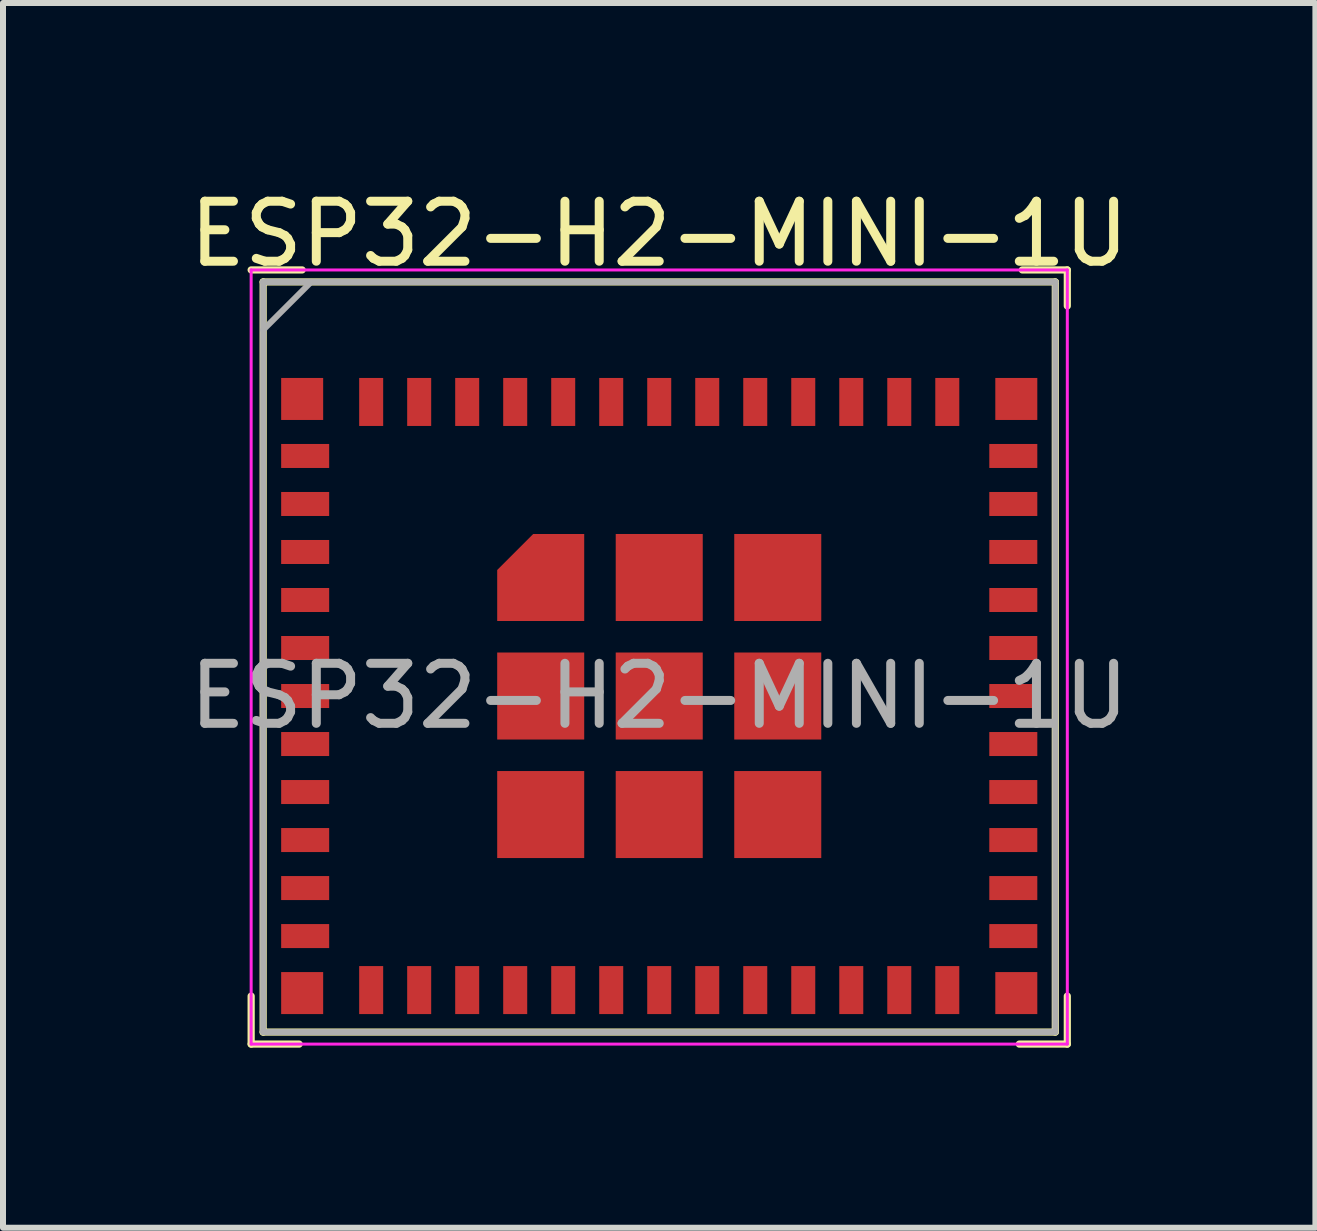
<source format=kicad_pcb>
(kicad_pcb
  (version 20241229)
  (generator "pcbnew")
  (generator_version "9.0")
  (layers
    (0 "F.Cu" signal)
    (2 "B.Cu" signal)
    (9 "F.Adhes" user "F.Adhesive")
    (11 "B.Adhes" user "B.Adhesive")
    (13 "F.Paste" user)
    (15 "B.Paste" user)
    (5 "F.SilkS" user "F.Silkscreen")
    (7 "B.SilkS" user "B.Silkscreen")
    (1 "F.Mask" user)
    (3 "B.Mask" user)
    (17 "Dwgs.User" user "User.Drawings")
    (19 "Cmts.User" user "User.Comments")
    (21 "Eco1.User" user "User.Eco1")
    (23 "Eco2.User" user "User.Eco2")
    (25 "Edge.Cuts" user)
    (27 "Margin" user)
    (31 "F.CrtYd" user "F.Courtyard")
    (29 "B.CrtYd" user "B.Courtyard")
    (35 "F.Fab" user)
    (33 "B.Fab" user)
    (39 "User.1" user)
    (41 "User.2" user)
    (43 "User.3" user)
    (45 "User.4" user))
  (footprint "ESP32-H2-MINI-1U"
    (layer "F.Cu")
    (at 7.935 5.848)
    (property "Reference" "ESP32-H2-MINI-1U" (at 0 -5 0) (layer "F.SilkS") (effects (font (size 1 1) (thickness 0.15))))
    (attr smd)
    (fp_line (start -6.8 7.7) (end -6.8 8.5) (stroke (width 0.12) (type solid)) (layer "F.SilkS"))
    (fp_line (start -6.8 8.5) (end -6 8.5) (stroke (width 0.12) (type solid)) (layer "F.SilkS"))
    (fp_line (start -6.6 -4.2) (end -6.6 8.3) (stroke (width 0.12) (type solid)) (layer "F.SilkS"))
    (fp_line (start -6.6 -4.2) (end 6.6 -4.2) (stroke (width 0.12) (type solid)) (layer "F.SilkS"))
    (fp_line (start -5.95 -4.4) (end -6.8 -4.4) (stroke (width 0.12) (type solid)) (layer "F.SilkS"))
    (fp_line (start 6.05 -4.4) (end 6.8 -4.4) (stroke (width 0.12) (type solid)) (layer "F.SilkS"))
    (fp_line (start 6.6 -4.2) (end 6.6 8.3) (stroke (width 0.12) (type solid)) (layer "F.SilkS"))
    (fp_line (start 6.6 8.3) (end -6.6 8.3) (stroke (width 0.12) (type solid)) (layer "F.SilkS"))
    (fp_line (start 6.8 -4.4) (end 6.8 -3.8) (stroke (width 0.12) (type solid)) (layer "F.SilkS"))
    (fp_line (start 6.8 7.7) (end 6.8 8.5) (stroke (width 0.12) (type solid)) (layer "F.SilkS"))
    (fp_line (start 6.8 8.5) (end 6 8.5) (stroke (width 0.12) (type solid)) (layer "F.SilkS"))
    (fp_line (start -6.8 -4.4) (end 6.8 -4.4) (stroke (width 0.05) (type solid)) (layer "F.CrtYd"))
    (fp_line (start -6.8 8.5) (end -6.8 -4.4) (stroke (width 0.05) (type solid)) (layer "F.CrtYd"))
    (fp_line (start 6.8 -4.4) (end 6.8 8.5) (stroke (width 0.05) (type solid)) (layer "F.CrtYd"))
    (fp_line (start 6.8 8.5) (end -6.8 8.5) (stroke (width 0.05) (type solid)) (layer "F.CrtYd"))
    (fp_line (start -6.6 8.3) (end -6.6 -4.2) (stroke (width 0.1) (type solid)) (layer "F.Fab"))
    (fp_line (start -6.6 8.3) (end 6.6 8.3) (stroke (width 0.1) (type solid)) (layer "F.Fab"))
    (fp_line (start -5.8 -4.2) (end -6.6 -3.4) (stroke (width 0.1) (type solid)) (layer "F.Fab"))
    (fp_line (start 6.6 -4.2) (end -6.6 -4.2) (stroke (width 0.1) (type solid)) (layer "F.Fab"))
    (fp_line (start 6.6 -4.2) (end -6.6 -4.2) (stroke (width 0.1) (type solid)) (layer "F.Fab"))
    (fp_line (start 6.6 8.3) (end 6.6 -4.2) (stroke (width 0.1) (type solid)) (layer "F.Fab"))
    (fp_text user "${REFERENCE}" (at 0 2.7 0) (layer "F.Fab") (effects (font (size 1 1) (thickness 0.15))))
    (pad "1" smd rect (at -5.9 -1.3 90) (size 0.4 0.8) (layers "F.Cu" "F.Mask" "F.Paste"))
    (pad "2" smd rect (at -5.9 -0.5 90) (size 0.4 0.8) (layers "F.Cu" "F.Mask" "F.Paste"))
    (pad "3" smd rect (at -5.9 0.3 90) (size 0.4 0.8) (layers "F.Cu" "F.Mask" "F.Paste"))
    (pad "4" smd rect (at -5.9 1.1 90) (size 0.4 0.8) (layers "F.Cu" "F.Mask" "F.Paste"))
    (pad "5" smd rect (at -5.9 1.9 90) (size 0.4 0.8) (layers "F.Cu" "F.Mask" "F.Paste"))
    (pad "6" smd rect (at -5.9 2.7 90) (size 0.4 0.8) (layers "F.Cu" "F.Mask" "F.Paste"))
    (pad "7" smd rect (at -5.9 3.5 90) (size 0.4 0.8) (layers "F.Cu" "F.Mask" "F.Paste"))
    (pad "8" smd rect (at -5.9 4.3 90) (size 0.4 0.8) (layers "F.Cu" "F.Mask" "F.Paste"))
    (pad "9" smd rect (at -5.9 5.1 90) (size 0.4 0.8) (layers "F.Cu" "F.Mask" "F.Paste"))
    (pad "10" smd rect (at -5.9 5.9 90) (size 0.4 0.8) (layers "F.Cu" "F.Mask" "F.Paste"))
    (pad "11" smd rect (at -5.9 6.7 90) (size 0.4 0.8) (layers "F.Cu" "F.Mask" "F.Paste"))
    (pad "12" smd rect (at -4.8 7.6) (size 0.4 0.8) (layers "F.Cu" "F.Mask" "F.Paste"))
    (pad "13" smd rect (at -4 7.6) (size 0.4 0.8) (layers "F.Cu" "F.Mask" "F.Paste"))
    (pad "14" smd rect (at -3.2 7.6) (size 0.4 0.8) (layers "F.Cu" "F.Mask" "F.Paste"))
    (pad "15" smd rect (at -2.4 7.6) (size 0.4 0.8) (layers "F.Cu" "F.Mask" "F.Paste"))
    (pad "16" smd rect (at -1.6 7.6) (size 0.4 0.8) (layers "F.Cu" "F.Mask" "F.Paste"))
    (pad "17" smd rect (at -0.8 7.6) (size 0.4 0.8) (layers "F.Cu" "F.Mask" "F.Paste"))
    (pad "18" smd rect (at 0 7.6) (size 0.4 0.8) (layers "F.Cu" "F.Mask" "F.Paste"))
    (pad "19" smd rect (at 0.8 7.6) (size 0.4 0.8) (layers "F.Cu" "F.Mask" "F.Paste"))
    (pad "20" smd rect (at 1.6 7.6) (size 0.4 0.8) (layers "F.Cu" "F.Mask" "F.Paste"))
    (pad "21" smd rect (at 2.4 7.6) (size 0.4 0.8) (layers "F.Cu" "F.Mask" "F.Paste"))
    (pad "22" smd rect (at 3.2 7.6) (size 0.4 0.8) (layers "F.Cu" "F.Mask" "F.Paste"))
    (pad "23" smd rect (at 4 7.6) (size 0.4 0.8) (layers "F.Cu" "F.Mask" "F.Paste"))
    (pad "24" smd rect (at 4.8 7.6) (size 0.4 0.8) (layers "F.Cu" "F.Mask" "F.Paste"))
    (pad "25" smd rect (at 5.9 6.7 90) (size 0.4 0.8) (layers "F.Cu" "F.Mask" "F.Paste"))
    (pad "26" smd rect (at 5.9 5.9 90) (size 0.4 0.8) (layers "F.Cu" "F.Mask" "F.Paste"))
    (pad "27" smd rect (at 5.9 5.1 90) (size 0.4 0.8) (layers "F.Cu" "F.Mask" "F.Paste"))
    (pad "28" smd rect (at 5.9 4.3 90) (size 0.4 0.8) (layers "F.Cu" "F.Mask" "F.Paste"))
    (pad "29" smd rect (at 5.9 3.5 90) (size 0.4 0.8) (layers "F.Cu" "F.Mask" "F.Paste"))
    (pad "30" smd rect (at 5.9 2.7 90) (size 0.4 0.8) (layers "F.Cu" "F.Mask" "F.Paste"))
    (pad "31" smd rect (at 5.9 1.9 90) (size 0.4 0.8) (layers "F.Cu" "F.Mask" "F.Paste"))
    (pad "32" smd rect (at 5.9 1.1 90) (size 0.4 0.8) (layers "F.Cu" "F.Mask" "F.Paste"))
    (pad "33" smd rect (at 5.9 0.3 90) (size 0.4 0.8) (layers "F.Cu" "F.Mask" "F.Paste"))
    (pad "34" smd rect (at 5.9 -0.5 90) (size 0.4 0.8) (layers "F.Cu" "F.Mask" "F.Paste"))
    (pad "35" smd rect (at 5.9 -1.3 90) (size 0.4 0.8) (layers "F.Cu" "F.Mask" "F.Paste"))
    (pad "36" smd rect (at 4.8 -2.2) (size 0.4 0.8) (layers "F.Cu" "F.Mask" "F.Paste"))
    (pad "37" smd rect (at 4 -2.2) (size 0.4 0.8) (layers "F.Cu" "F.Mask" "F.Paste"))
    (pad "38" smd rect (at 3.2 -2.2) (size 0.4 0.8) (layers "F.Cu" "F.Mask" "F.Paste"))
    (pad "39" smd rect (at 2.4 -2.2) (size 0.4 0.8) (layers "F.Cu" "F.Mask" "F.Paste"))
    (pad "40" smd rect (at 1.6 -2.2) (size 0.4 0.8) (layers "F.Cu" "F.Mask" "F.Paste"))
    (pad "41" smd rect (at 0.8 -2.2) (size 0.4 0.8) (layers "F.Cu" "F.Mask" "F.Paste"))
    (pad "42" smd rect (at 0 -2.2) (size 0.4 0.8) (layers "F.Cu" "F.Mask" "F.Paste"))
    (pad "43" smd rect (at -0.8 -2.2) (size 0.4 0.8) (layers "F.Cu" "F.Mask" "F.Paste"))
    (pad "44" smd rect (at -1.6 -2.2) (size 0.4 0.8) (layers "F.Cu" "F.Mask" "F.Paste"))
    (pad "45" smd rect (at -2.4 -2.2) (size 0.4 0.8) (layers "F.Cu" "F.Mask" "F.Paste"))
    (pad "46" smd rect (at -3.2 -2.2) (size 0.4 0.8) (layers "F.Cu" "F.Mask" "F.Paste"))
    (pad "47" smd rect (at -4 -2.2) (size 0.4 0.8) (layers "F.Cu" "F.Mask" "F.Paste"))
    (pad "48" smd rect (at -4.8 -2.2) (size 0.4 0.8) (layers "F.Cu" "F.Mask" "F.Paste"))
    (pad "49" smd custom (at -1.975 0.725) (size 0.8 0.8) (layers "F.Cu" "F.Mask" "F.Paste") (options (anchor rect)) (primitives (gr_poly (pts (xy 0.725 0.725) (xy -0.725 0.725) (xy -0.725 -0.125) (xy -0.125 -0.725) (xy 0.725 -0.725)) (width 0) (fill yes))))
    (pad "49" smd rect (at -1.975 2.7 90) (size 1.45 1.45) (layers "F.Cu" "F.Mask" "F.Paste"))
    (pad "49" smd rect (at -1.975 4.675 90) (size 1.45 1.45) (layers "F.Cu" "F.Mask" "F.Paste"))
    (pad "49" smd rect (at 0 0.725 90) (size 1.45 1.45) (layers "F.Cu" "F.Mask" "F.Paste"))
    (pad "49" smd rect (at 0 2.7 90) (size 1.45 1.45) (layers "F.Cu" "F.Mask" "F.Paste"))
    (pad "49" smd rect (at 0 4.675 90) (size 1.45 1.45) (layers "F.Cu" "F.Mask" "F.Paste"))
    (pad "49" smd rect (at 1.975 0.725 90) (size 1.45 1.45) (layers "F.Cu" "F.Mask" "F.Paste"))
    (pad "49" smd rect (at 1.975 2.7 90) (size 1.45 1.45) (layers "F.Cu" "F.Mask" "F.Paste"))
    (pad "49" smd rect (at 1.975 4.675 90) (size 1.45 1.45) (layers "F.Cu" "F.Mask" "F.Paste"))
    (pad "50" smd rect (at 5.95 -2.25 90) (size 0.7 0.7) (layers "F.Cu" "F.Mask" "F.Paste"))
    (pad "51" smd rect (at 5.95 7.65 90) (size 0.7 0.7) (layers "F.Cu" "F.Mask" "F.Paste"))
    (pad "52" smd rect (at -5.95 7.65 90) (size 0.7 0.7) (layers "F.Cu" "F.Mask" "F.Paste"))
    (pad "53" smd rect (at -5.95 -2.25 90) (size 0.7 0.7) (layers "F.Cu" "F.Mask" "F.Paste")))
  (gr_rect
    (start -3 -3)
    (end 18.869 17.408)
    (stroke (width 0.1) (type default))
    (fill no)
    (layer "Edge.Cuts")))
</source>
